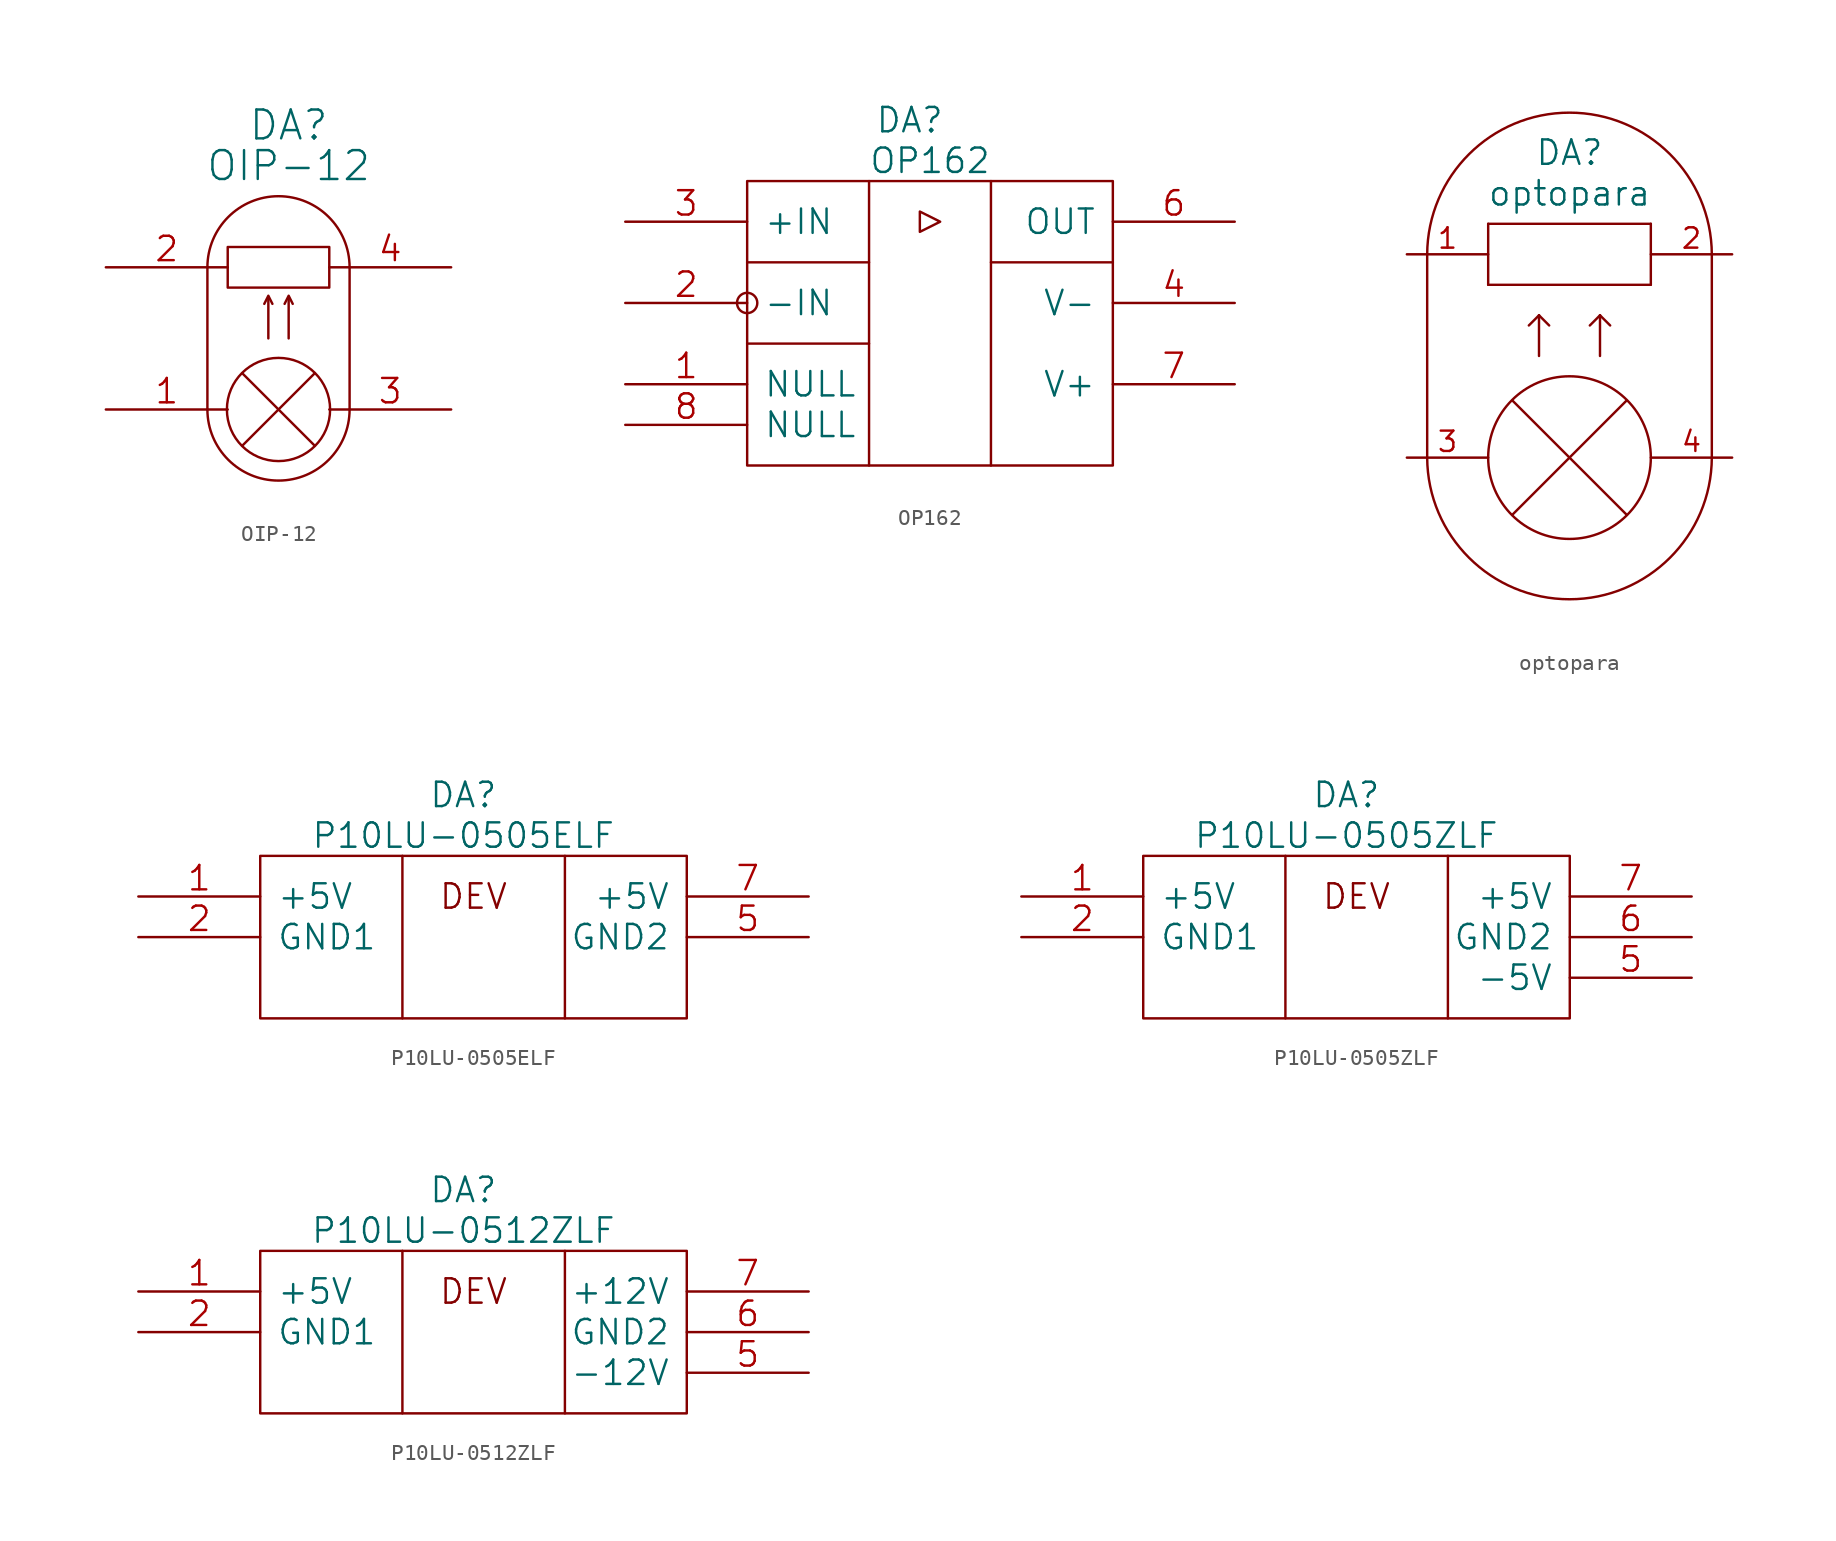
<source format=kicad_sym>
(kicad_symbol_lib
  (version 20211014)
  (generator kicad_symbol_editor)
  (symbol "OIP-12"
    (property "Reference" "DA"
      (at 11.43 8.89 0)
      (effects (font (size 1.803 1.803))))
    (property "Value" "OIP-12"
      (at 11.43 6.35 0)
      (effects (font (size 1.803 1.803))))
    (property "Footprint" ""
      (at 0 0 0)
      (effects (font (size 1.524 1.524))))
    (property "Datasheet" ""
      (at 0 0 0)
      (effects (font (size 1.524 1.524))))
    (symbol "OIP-12_0_0"
      (pin input line (at 0 -8.89 0) (length 7.62) (name "~" (effects (font (size 1.524 1.524)))) (number "1" (effects (font (size 1.524 1.524)))))
      (pin input line (at 0 0 0) (length 7.62) (name "~" (effects (font (size 1.524 1.524)))) (number "2" (effects (font (size 1.524 1.524)))))
      (pin input line (at 21.59 -8.89 180) (length 7.62) (name "~" (effects (font (size 1.524 1.524)))) (number "3" (effects (font (size 1.524 1.524)))))
      (pin input line (at 21.59 0 180) (length 7.62) (name "~" (effects (font (size 1.524 1.524)))) (number "4" (effects (font (size 1.524 1.524))))))
    (symbol "OIP-12_0_1"
      (polyline (pts (xy 6.35 -8.89) (xy 6.35 0)) (stroke (width 0) (type default) (color 0 0 0 0)) (fill (type none)))
      (polyline (pts (xy 8.534 -6.629) (xy 13.056 -11.151)) (stroke (width 0) (type default) (color 0 0 0 0)) (fill (type none)))
      (polyline (pts (xy 10.16 -1.905) (xy 10.16 -4.445)) (stroke (width 0) (type default) (color 0 0 0 0)) (fill (type none)))
      (polyline (pts (xy 11.43 -1.905) (xy 11.43 -4.445)) (stroke (width 0) (type default) (color 0 0 0 0)) (fill (type none)))
      (polyline (pts (xy 13.056 -6.629) (xy 8.534 -11.151)) (stroke (width 0) (type default) (color 0 0 0 0)) (fill (type none)))
      (polyline (pts (xy 15.24 -8.89) (xy 15.24 0)) (stroke (width 0) (type default) (color 0 0 0 0)) (fill (type none)))
      (polyline (pts (xy 9.906 -2.286) (xy 10.16 -1.778) (xy 10.414 -2.286)) (stroke (width 0) (type default) (color 0 0 0 0)) (fill (type none)))
      (polyline (pts (xy 11.176 -2.286) (xy 11.43 -1.778) (xy 11.684 -2.286)) (stroke (width 0) (type default) (color 0 0 0 0)) (fill (type none)))
      (arc (start 6.35 -8.89) (mid 10.795 -13.335) (end 15.24 -8.89) (stroke (width 0) (type default) (color 0 0 0 0)) (fill (type none)))
      (rectangle (start 7.62 1.27) (end 13.97 -1.27) (stroke (width 0) (type default) (color 0 0 0 0)) (fill (type none)))
      (circle (center 10.795 -8.89) (radius 3.226) (stroke (width 0) (type default) (color 0 0 0 0)) (fill (type none)))
      (arc (start 15.24 0) (mid 10.795 4.445) (end 6.35 0) (stroke (width 0) (type default) (color 0 0 0 0)) (fill (type none)))))
  (symbol "OP162"
    (pin_names
      (offset 1.016))
    (property "Reference" "DA"
      (at 10.16 3.81 0)
      (effects (font (size 1.524 1.524))))
    (property "Value" "OP162"
      (at 11.43 1.27 0)
      (effects (font (size 1.524 1.524))))
    (property "Footprint" ""
      (at 0 0 0)
      (effects (font (size 1.524 1.524))))
    (property "Datasheet" ""
      (at 0 0 0)
      (effects (font (size 1.524 1.524))))
    (symbol "OP162_0_0"
      (pin passive line (at -7.62 -12.7 0) (length 7.62) (name "NULL" (effects (font (size 1.524 1.524)))) (number "1" (effects (font (size 1.524 1.524)))))
      (pin input line (at -7.62 -7.62 0) (length 7.62) (name "-IN" (effects (font (size 1.524 1.524)))) (number "2" (effects (font (size 1.524 1.524)))))
      (pin input line (at -7.62 -2.54 0) (length 7.62) (name "+IN" (effects (font (size 1.524 1.524)))) (number "3" (effects (font (size 1.524 1.524)))))
      (pin output line (at 30.48 -7.62 180) (length 7.62) (name "V-" (effects (font (size 1.524 1.524)))) (number "4" (effects (font (size 1.524 1.524)))))
      (pin input line (at 30.48 -2.54 180) (length 7.62) (name "OUT" (effects (font (size 1.524 1.524)))) (number "6" (effects (font (size 1.524 1.524)))))
      (pin power_out line (at 30.48 -12.7 180) (length 7.62) (name "V+" (effects (font (size 1.524 1.524)))) (number "7" (effects (font (size 1.524 1.524))))))
    (symbol "OP162_0_1"
      (circle (center 0 -7.62) (radius 0.635) (stroke (width 0) (type default) (color 0 0 0 0)) (fill (type none)))
      (polyline (pts (xy 0 -10.16) (xy 7.62 -10.16)) (stroke (width 0) (type default) (color 0 0 0 0)) (fill (type none)))
      (polyline (pts (xy 0 -5.08) (xy 7.62 -5.08)) (stroke (width 0) (type default) (color 0 0 0 0)) (fill (type none)))
      (polyline (pts (xy 7.62 0) (xy 7.62 -17.78)) (stroke (width 0) (type default) (color 0 0 0 0)) (fill (type none)))
      (polyline (pts (xy 15.24 -5.08) (xy 22.86 -5.08)) (stroke (width 0) (type default) (color 0 0 0 0)) (fill (type none)))
      (polyline (pts (xy 15.24 0) (xy 15.24 -17.78)) (stroke (width 0) (type default) (color 0 0 0 0)) (fill (type none)))
      (polyline (pts (xy 10.795 -1.905) (xy 10.795 -3.175) (xy 12.065 -2.54) (xy 10.795 -1.905)) (stroke (width 0) (type default) (color 0 0 0 0)) (fill (type none)))
      (rectangle (start 0 0) (end 22.86 -17.78) (stroke (width 0) (type default) (color 0 0 0 0)) (fill (type none)))
      (pin passive line (at -7.62 -15.24 0) (length 7.62) (name "NULL" (effects (font (size 1.524 1.524)))) (number "8" (effects (font (size 1.524 1.524)))))))
  (symbol "optopara"
    (property "Reference" "DA"
      (at 10.16 6.35 0)
      (effects (font (size 1.524 1.524))))
    (property "Value" "optopara"
      (at 10.16 3.81 0)
      (effects (font (size 1.524 1.524))))
    (property "Footprint" ""
      (at 0 0 0)
      (effects (font (size 1.524 1.524))))
    (property "Datasheet" ""
      (at 0 0 0)
      (effects (font (size 1.524 1.524))))
    (symbol "optopara_0_1"
      (polyline (pts (xy 1.27 0) (xy 1.27 -12.7)) (stroke (width 0) (type default) (color 0 0 0 0)) (fill (type none)))
      (polyline (pts (xy 6.604 -9.144) (xy 13.716 -16.256)) (stroke (width 0) (type default) (color 0 0 0 0)) (fill (type none)))
      (polyline (pts (xy 7.62 -4.445) (xy 8.255 -3.81)) (stroke (width 0) (type default) (color 0 0 0 0)) (fill (type none)))
      (polyline (pts (xy 8.255 -3.81) (xy 8.255 -6.35)) (stroke (width 0) (type default) (color 0 0 0 0)) (fill (type none)))
      (polyline (pts (xy 8.89 -4.445) (xy 8.255 -3.81)) (stroke (width 0) (type default) (color 0 0 0 0)) (fill (type none)))
      (polyline (pts (xy 11.43 -4.445) (xy 12.065 -3.81)) (stroke (width 0) (type default) (color 0 0 0 0)) (fill (type none)))
      (polyline (pts (xy 12.065 -3.81) (xy 12.065 -6.35)) (stroke (width 0) (type default) (color 0 0 0 0)) (fill (type none)))
      (polyline (pts (xy 12.7 -4.445) (xy 12.065 -3.81)) (stroke (width 0) (type default) (color 0 0 0 0)) (fill (type none)))
      (polyline (pts (xy 15.24 1.905) (xy 5.08 1.905)) (stroke (width 0) (type default) (color 0 0 0 0)) (fill (type none)))
      (polyline (pts (xy 19.05 -12.7) (xy 19.05 0)) (stroke (width 0) (type default) (color 0 0 0 0)) (fill (type none)))
      (polyline (pts (xy 5.08 -1.905) (xy 15.24 -1.905) (xy 15.24 -1.905)) (stroke (width 0) (type default) (color 0 0 0 0)) (fill (type none)))
      (polyline (pts (xy 5.08 1.905) (xy 5.08 -1.905) (xy 5.08 -1.905)) (stroke (width 0) (type default) (color 0 0 0 0)) (fill (type none)))
      (polyline (pts (xy 13.716 -9.144) (xy 6.604 -16.256) (xy 6.604 -16.256)) (stroke (width 0) (type default) (color 0 0 0 0)) (fill (type none)))
      (polyline (pts (xy 15.24 1.905) (xy 15.24 -1.905) (xy 15.24 -1.905)) (stroke (width 0) (type default) (color 0 0 0 0)) (fill (type none)))
      (arc (start 1.27 -12.7) (mid 10.16 -21.59) (end 19.05 -12.7) (stroke (width 0) (type default) (color 0 0 0 0)) (fill (type none)))
      (circle (center 10.16 -12.7) (radius 5.08) (stroke (width 0) (type default) (color 0 0 0 0)) (fill (type none)))
      (arc (start 19.05 0) (mid 10.16 8.89) (end 1.27 0) (stroke (width 0) (type default) (color 0 0 0 0)) (fill (type none))))
    (symbol "optopara_1_1"
      (pin passive line (at 0 0 0) (length 5.08) (name "~" (effects (font (size 1.27 1.27)))) (number "1" (effects (font (size 1.27 1.27)))))
      (pin passive line (at 20.32 0 180) (length 5.08) (name "~" (effects (font (size 1.27 1.27)))) (number "2" (effects (font (size 1.27 1.27)))))
      (pin input line (at 0 -12.7 0) (length 5.08) (name "~" (effects (font (size 1.27 1.27)))) (number "3" (effects (font (size 1.27 1.27)))))
      (pin input line (at 20.32 -12.7 180) (length 5.08) (name "~" (effects (font (size 1.27 1.27)))) (number "4" (effects (font (size 1.27 1.27)))))))
  (symbol "P10LU-0505ELF"
    (pin_names
      (offset 1.016))
    (property "Reference" "DA"
      (at 12.7 3.81 0)
      (effects (font (size 1.524 1.524))))
    (property "Value" "P10LU-0505ELF"
      (at 12.7 1.27 0)
      (effects (font (size 1.524 1.524))))
    (property "Footprint" ""
      (at 0 0 0)
      (effects (font (size 1.524 1.524))))
    (property "Datasheet" ""
      (at 0 0 0)
      (effects (font (size 1.524 1.524))))
    (symbol "P10LU-0505ELF_0_0"
      (text "DEV" (at 13.335 -2.54 0) (effects (font (size 1.524 1.524))))
      (pin input line (at -7.62 -2.54 0) (length 7.62) (name "+5V" (effects (font (size 1.524 1.524)))) (number "1" (effects (font (size 1.524 1.524)))))
      (pin input line (at -7.62 -5.08 0) (length 7.62) (name "GND1" (effects (font (size 1.524 1.524)))) (number "2" (effects (font (size 1.524 1.524)))))
      (pin input line (at 34.29 -5.08 180) (length 7.62) (name "GND2" (effects (font (size 1.524 1.524)))) (number "5" (effects (font (size 1.524 1.524)))))
      (pin input line (at 34.29 -2.54 180) (length 7.62) (name "+5V" (effects (font (size 1.524 1.524)))) (number "7" (effects (font (size 1.524 1.524))))))
    (symbol "P10LU-0505ELF_0_1"
      (polyline (pts (xy 8.89 0) (xy 8.89 -10.16)) (stroke (width 0) (type default) (color 0 0 0 0)) (fill (type none)))
      (polyline (pts (xy 19.05 0) (xy 19.05 -10.16)) (stroke (width 0) (type default) (color 0 0 0 0)) (fill (type none)))
      (rectangle (start 0 0) (end 26.67 -10.16) (stroke (width 0) (type default) (color 0 0 0 0)) (fill (type none)))))
  (symbol "P10LU-0505ZLF"
    (pin_names
      (offset 1.016))
    (property "Reference" "DA"
      (at 12.7 3.81 0)
      (effects (font (size 1.524 1.524))))
    (property "Value" "P10LU-0505ZLF"
      (at 12.7 1.27 0)
      (effects (font (size 1.524 1.524))))
    (property "Footprint" ""
      (at 0 0 0)
      (effects (font (size 1.524 1.524))))
    (property "Datasheet" ""
      (at 0 0 0)
      (effects (font (size 1.524 1.524))))
    (symbol "P10LU-0505ZLF_0_0"
      (text "DEV" (at 13.335 -2.54 0) (effects (font (size 1.524 1.524))))
      (pin input line (at -7.62 -2.54 0) (length 7.62) (name "+5V" (effects (font (size 1.524 1.524)))) (number "1" (effects (font (size 1.524 1.524)))))
      (pin input line (at -7.62 -5.08 0) (length 7.62) (name "GND1" (effects (font (size 1.524 1.524)))) (number "2" (effects (font (size 1.524 1.524)))))
      (pin power_out line (at 34.29 -7.62 180) (length 7.62) (name "-5V" (effects (font (size 1.524 1.524)))) (number "5" (effects (font (size 1.524 1.524)))))
      (pin input line (at 34.29 -5.08 180) (length 7.62) (name "GND2" (effects (font (size 1.524 1.524)))) (number "6" (effects (font (size 1.524 1.524)))))
      (pin input line (at 34.29 -2.54 180) (length 7.62) (name "+5V" (effects (font (size 1.524 1.524)))) (number "7" (effects (font (size 1.524 1.524))))))
    (symbol "P10LU-0505ZLF_0_1"
      (polyline (pts (xy 8.89 0) (xy 8.89 -10.16)) (stroke (width 0) (type default) (color 0 0 0 0)) (fill (type none)))
      (polyline (pts (xy 19.05 0) (xy 19.05 -10.16)) (stroke (width 0) (type default) (color 0 0 0 0)) (fill (type none)))
      (rectangle (start 0 0) (end 26.67 -10.16) (stroke (width 0) (type default) (color 0 0 0 0)) (fill (type none)))))
  (symbol "P10LU-0512ZLF"
    (pin_names
      (offset 1.016))
    (property "Reference" "DA"
      (at 12.7 3.81 0)
      (effects (font (size 1.524 1.524))))
    (property "Value" "P10LU-0512ZLF"
      (at 12.7 1.27 0)
      (effects (font (size 1.524 1.524))))
    (property "Footprint" ""
      (at 0 0 0)
      (effects (font (size 1.524 1.524))))
    (property "Datasheet" ""
      (at 0 0 0)
      (effects (font (size 1.524 1.524))))
    (symbol "P10LU-0512ZLF_0_0"
      (text "DEV" (at 13.335 -2.54 0) (effects (font (size 1.524 1.524))))
      (pin input line (at -7.62 -2.54 0) (length 7.62) (name "+5V" (effects (font (size 1.524 1.524)))) (number "1" (effects (font (size 1.524 1.524)))))
      (pin input line (at -7.62 -5.08 0) (length 7.62) (name "GND1" (effects (font (size 1.524 1.524)))) (number "2" (effects (font (size 1.524 1.524)))))
      (pin power_out line (at 34.29 -7.62 180) (length 7.62) (name "-12V" (effects (font (size 1.524 1.524)))) (number "5" (effects (font (size 1.524 1.524)))))
      (pin input line (at 34.29 -5.08 180) (length 7.62) (name "GND2" (effects (font (size 1.524 1.524)))) (number "6" (effects (font (size 1.524 1.524)))))
      (pin input line (at 34.29 -2.54 180) (length 7.62) (name "+12V" (effects (font (size 1.524 1.524)))) (number "7" (effects (font (size 1.524 1.524))))))
    (symbol "P10LU-0512ZLF_0_1"
      (polyline (pts (xy 8.89 0) (xy 8.89 -10.16)) (stroke (width 0) (type default) (color 0 0 0 0)) (fill (type none)))
      (polyline (pts (xy 19.05 0) (xy 19.05 -10.16)) (stroke (width 0) (type default) (color 0 0 0 0)) (fill (type none)))
      (rectangle (start 0 0) (end 26.67 -10.16) (stroke (width 0) (type default) (color 0 0 0 0)) (fill (type none))))))
</source>
